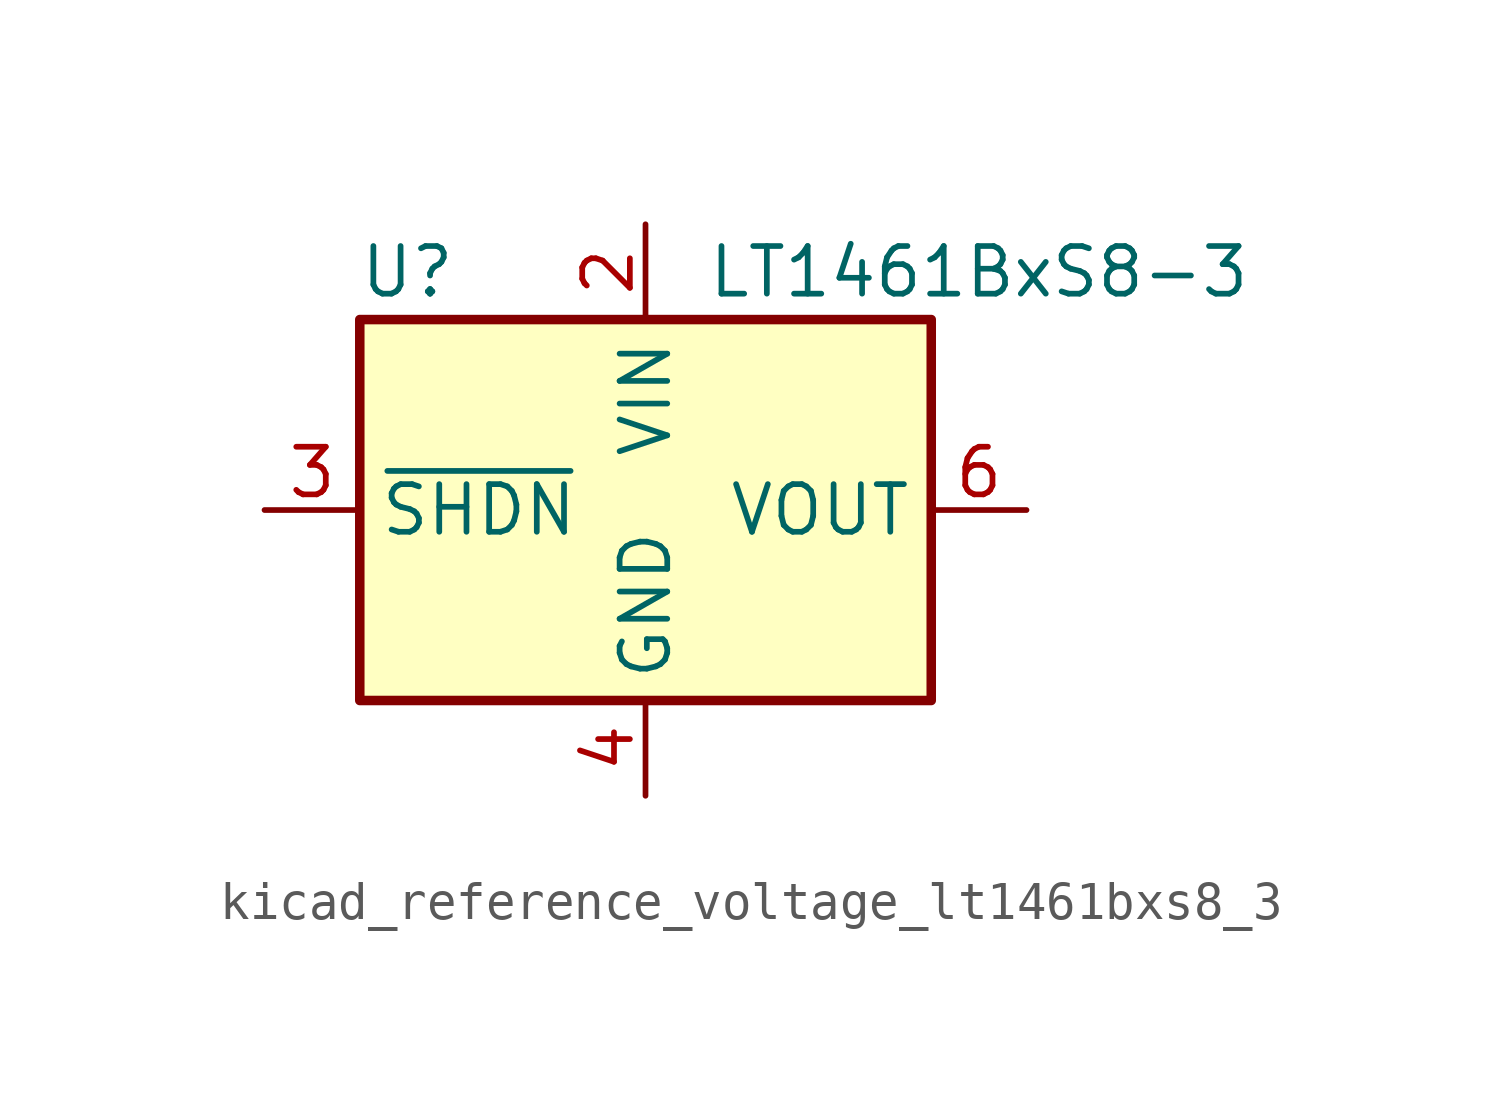
<source format=kicad_sym>
(kicad_symbol_lib
  (version 20220914)
  (generator kicad_symbol_editor)
  (symbol "kicad_reference_voltage_lt1461bxs8_3"
    (property "Reference" "U"
      (at -6.35 6.35 0)
      (effects (font (size 1.27 1.27))))
    (property "Value" "LT1461BxS8-3"
      (at 8.89 6.35 0)
      (effects (font (size 1.27 1.27))))
    (symbol "kicad_reference_voltage_lt1461bxs8_3_1_1"
      (rectangle (start -7.62 5.08) (end 7.62 -5.08) (stroke (width 0.254) (type default)) (fill (type background)))
      (pin no_connect line (at 7.62 -2.54 180) (length 2.54) hide (name "DNC" (effects (font (size 1.27 1.27)))) (number "1" (effects (font (size 1.27 1.27)))))
      (pin power_in line (at 0 7.62 270) (length 2.54) (name "VIN" (effects (font (size 1.27 1.27)))) (number "2" (effects (font (size 1.27 1.27)))))
      (pin input line (at -10.16 0 0) (length 2.54) (name "~{SHDN}" (effects (font (size 1.27 1.27)))) (number "3" (effects (font (size 1.27 1.27)))))
      (pin power_in line (at 0 -7.62 90) (length 2.54) (name "GND" (effects (font (size 1.27 1.27)))) (number "4" (effects (font (size 1.27 1.27)))))
      (pin no_connect line (at -7.62 -2.54 0) (length 2.54) hide (name "DNC" (effects (font (size 1.27 1.27)))) (number "5" (effects (font (size 1.27 1.27)))))
      (pin power_out line (at 10.16 0 180) (length 2.54) (name "VOUT" (effects (font (size 1.27 1.27)))) (number "6" (effects (font (size 1.27 1.27)))))
      (pin no_connect line (at -7.62 2.54 0) (length 2.54) hide (name "DNC" (effects (font (size 1.27 1.27)))) (number "7" (effects (font (size 1.27 1.27)))))
      (pin no_connect line (at 7.62 2.54 180) (length 2.54) hide (name "DNC" (effects (font (size 1.27 1.27)))) (number "8" (effects (font (size 1.27 1.27))))))))
</source>
